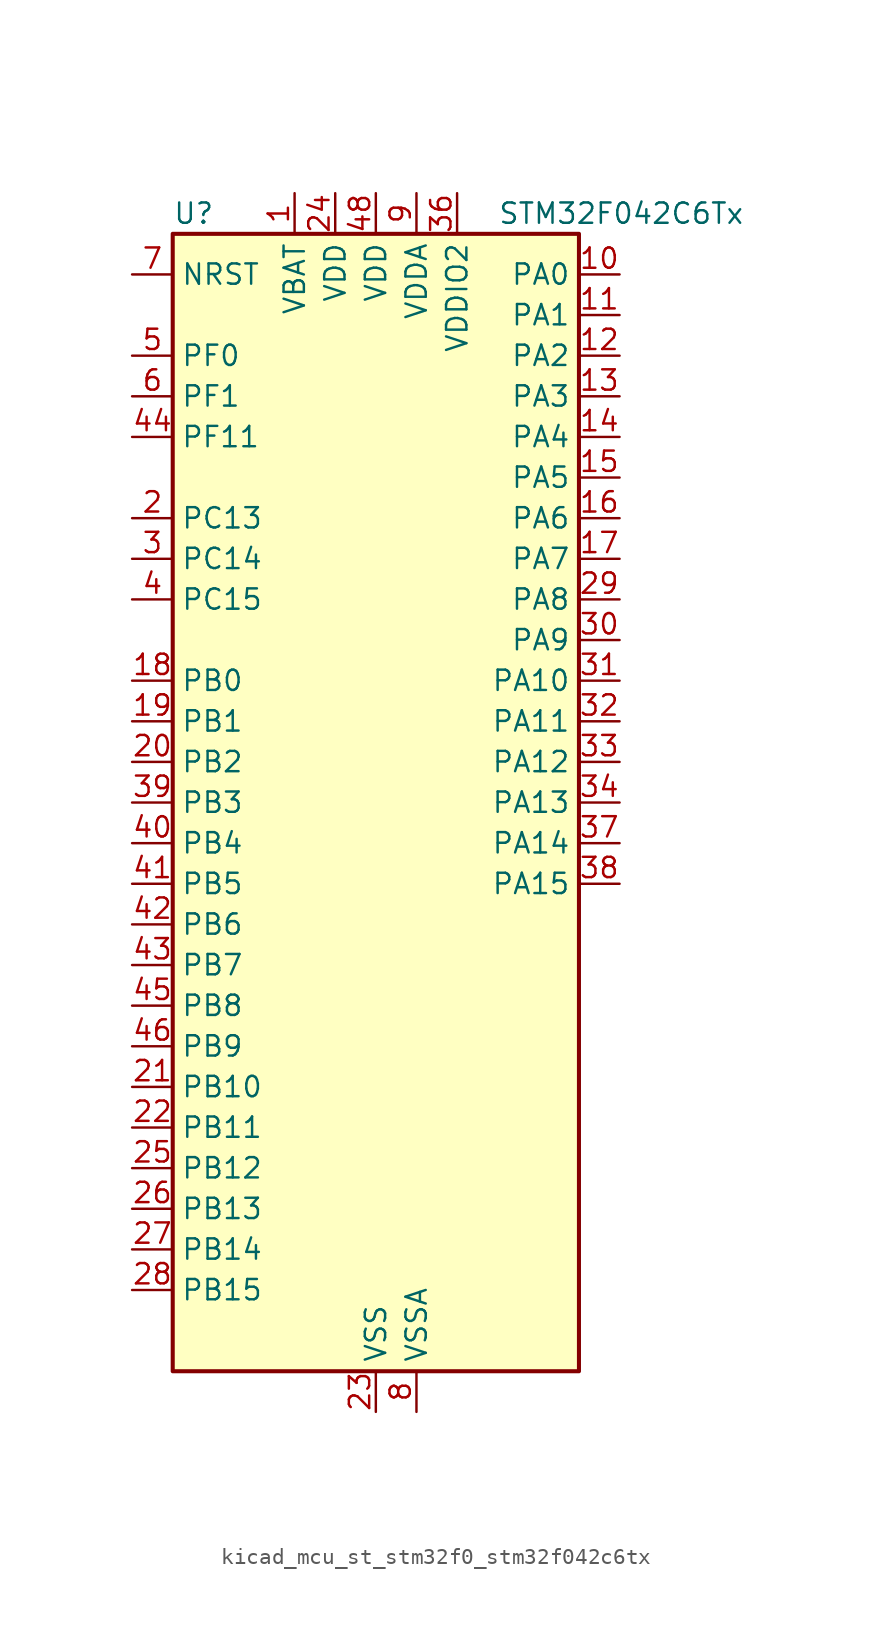
<source format=kicad_sym>
(kicad_symbol_lib
  (version 20220914)
  (generator kicad_symbol_editor)
  (symbol "kicad_mcu_st_stm32f0_stm32f042c6tx"
    (property "Reference" "U"
      (at -12.7 36.83 0)
      (effects (font (size 1.27 1.27)) (justify left)))
    (property "Value" "STM32F042C6Tx"
      (at 7.62 36.83 0)
      (effects (font (size 1.27 1.27)) (justify left)))
    (property "ki_locked" ""
      (at 0 0 0)
      (effects (font (size 1.27 1.27))))
    (symbol "kicad_mcu_st_stm32f0_stm32f042c6tx_0_1"
      (rectangle (start -12.7 -35.56) (end 12.7 35.56) (stroke (width 0.254) (type default)) (fill (type background))))
    (symbol "kicad_mcu_st_stm32f0_stm32f042c6tx_1_1"
      (pin power_in line (at -5.08 38.1 270) (length 2.54) (name "VBAT" (effects (font (size 1.27 1.27)))) (number "1" (effects (font (size 1.27 1.27)))))
      (pin bidirectional line (at 15.24 33.02 180) (length 2.54) (name "PA0" (effects (font (size 1.27 1.27)))) (number "10" (effects (font (size 1.27 1.27)))) (alternate "ADC_IN0" bidirectional line) (alternate "RTC_TAMP2" bidirectional line) (alternate "SYS_WKUP1" bidirectional line) (alternate "TIM2_CH1" bidirectional line) (alternate "TIM2_ETR" bidirectional line) (alternate "TSC_G1_IO1" bidirectional line) (alternate "USART2_CTS" bidirectional line))
      (pin bidirectional line (at 15.24 30.48 180) (length 2.54) (name "PA1" (effects (font (size 1.27 1.27)))) (number "11" (effects (font (size 1.27 1.27)))) (alternate "ADC_IN1" bidirectional line) (alternate "TIM2_CH2" bidirectional line) (alternate "TSC_G1_IO2" bidirectional line) (alternate "USART2_DE" bidirectional line) (alternate "USART2_RTS" bidirectional line))
      (pin bidirectional line (at 15.24 27.94 180) (length 2.54) (name "PA2" (effects (font (size 1.27 1.27)))) (number "12" (effects (font (size 1.27 1.27)))) (alternate "ADC_IN2" bidirectional line) (alternate "SYS_WKUP4" bidirectional line) (alternate "TIM2_CH3" bidirectional line) (alternate "TSC_G1_IO3" bidirectional line) (alternate "USART2_TX" bidirectional line))
      (pin bidirectional line (at 15.24 25.4 180) (length 2.54) (name "PA3" (effects (font (size 1.27 1.27)))) (number "13" (effects (font (size 1.27 1.27)))) (alternate "ADC_IN3" bidirectional line) (alternate "TIM2_CH4" bidirectional line) (alternate "TSC_G1_IO4" bidirectional line) (alternate "USART2_RX" bidirectional line))
      (pin bidirectional line (at 15.24 22.86 180) (length 2.54) (name "PA4" (effects (font (size 1.27 1.27)))) (number "14" (effects (font (size 1.27 1.27)))) (alternate "ADC_IN4" bidirectional line) (alternate "I2S1_WS" bidirectional line) (alternate "SPI1_NSS" bidirectional line) (alternate "TIM14_CH1" bidirectional line) (alternate "TSC_G2_IO1" bidirectional line) (alternate "USART2_CK" bidirectional line) (alternate "USB_NOE" bidirectional line))
      (pin bidirectional line (at 15.24 20.32 180) (length 2.54) (name "PA5" (effects (font (size 1.27 1.27)))) (number "15" (effects (font (size 1.27 1.27)))) (alternate "ADC_IN5" bidirectional line) (alternate "CEC" bidirectional line) (alternate "I2S1_CK" bidirectional line) (alternate "SPI1_SCK" bidirectional line) (alternate "TIM2_CH1" bidirectional line) (alternate "TIM2_ETR" bidirectional line) (alternate "TSC_G2_IO2" bidirectional line))
      (pin bidirectional line (at 15.24 17.78 180) (length 2.54) (name "PA6" (effects (font (size 1.27 1.27)))) (number "16" (effects (font (size 1.27 1.27)))) (alternate "ADC_IN6" bidirectional line) (alternate "I2S1_MCK" bidirectional line) (alternate "SPI1_MISO" bidirectional line) (alternate "TIM16_CH1" bidirectional line) (alternate "TIM1_BKIN" bidirectional line) (alternate "TIM3_CH1" bidirectional line) (alternate "TSC_G2_IO3" bidirectional line))
      (pin bidirectional line (at 15.24 15.24 180) (length 2.54) (name "PA7" (effects (font (size 1.27 1.27)))) (number "17" (effects (font (size 1.27 1.27)))) (alternate "ADC_IN7" bidirectional line) (alternate "I2S1_SD" bidirectional line) (alternate "SPI1_MOSI" bidirectional line) (alternate "TIM14_CH1" bidirectional line) (alternate "TIM17_CH1" bidirectional line) (alternate "TIM1_CH1N" bidirectional line) (alternate "TIM3_CH2" bidirectional line) (alternate "TSC_G2_IO4" bidirectional line))
      (pin bidirectional line (at -15.24 7.62 0) (length 2.54) (name "PB0" (effects (font (size 1.27 1.27)))) (number "18" (effects (font (size 1.27 1.27)))) (alternate "ADC_IN8" bidirectional line) (alternate "TIM1_CH2N" bidirectional line) (alternate "TIM3_CH3" bidirectional line) (alternate "TSC_G3_IO2" bidirectional line))
      (pin bidirectional line (at -15.24 5.08 0) (length 2.54) (name "PB1" (effects (font (size 1.27 1.27)))) (number "19" (effects (font (size 1.27 1.27)))) (alternate "ADC_IN9" bidirectional line) (alternate "TIM14_CH1" bidirectional line) (alternate "TIM1_CH3N" bidirectional line) (alternate "TIM3_CH4" bidirectional line) (alternate "TSC_G3_IO3" bidirectional line))
      (pin bidirectional line (at -15.24 17.78 0) (length 2.54) (name "PC13" (effects (font (size 1.27 1.27)))) (number "2" (effects (font (size 1.27 1.27)))) (alternate "RTC_OUT_ALARM" bidirectional line) (alternate "RTC_OUT_CALIB" bidirectional line) (alternate "RTC_TAMP1" bidirectional line) (alternate "RTC_TS" bidirectional line) (alternate "SYS_WKUP2" bidirectional line))
      (pin bidirectional line (at -15.24 2.54 0) (length 2.54) (name "PB2" (effects (font (size 1.27 1.27)))) (number "20" (effects (font (size 1.27 1.27)))) (alternate "TSC_G3_IO4" bidirectional line))
      (pin bidirectional line (at -15.24 -17.78 0) (length 2.54) (name "PB10" (effects (font (size 1.27 1.27)))) (number "21" (effects (font (size 1.27 1.27)))) (alternate "CEC" bidirectional line) (alternate "I2C1_SCL" bidirectional line) (alternate "SPI2_SCK" bidirectional line) (alternate "TIM2_CH3" bidirectional line) (alternate "TSC_SYNC" bidirectional line))
      (pin bidirectional line (at -15.24 -20.32 0) (length 2.54) (name "PB11" (effects (font (size 1.27 1.27)))) (number "22" (effects (font (size 1.27 1.27)))) (alternate "I2C1_SDA" bidirectional line) (alternate "TIM2_CH4" bidirectional line))
      (pin power_in line (at 0 -38.1 90) (length 2.54) (name "VSS" (effects (font (size 1.27 1.27)))) (number "23" (effects (font (size 1.27 1.27)))))
      (pin power_in line (at -2.54 38.1 270) (length 2.54) (name "VDD" (effects (font (size 1.27 1.27)))) (number "24" (effects (font (size 1.27 1.27)))))
      (pin bidirectional line (at -15.24 -22.86 0) (length 2.54) (name "PB12" (effects (font (size 1.27 1.27)))) (number "25" (effects (font (size 1.27 1.27)))) (alternate "SPI2_NSS" bidirectional line) (alternate "TIM1_BKIN" bidirectional line))
      (pin bidirectional line (at -15.24 -25.4 0) (length 2.54) (name "PB13" (effects (font (size 1.27 1.27)))) (number "26" (effects (font (size 1.27 1.27)))) (alternate "I2C1_SCL" bidirectional line) (alternate "SPI2_SCK" bidirectional line) (alternate "TIM1_CH1N" bidirectional line))
      (pin bidirectional line (at -15.24 -27.94 0) (length 2.54) (name "PB14" (effects (font (size 1.27 1.27)))) (number "27" (effects (font (size 1.27 1.27)))) (alternate "I2C1_SDA" bidirectional line) (alternate "SPI2_MISO" bidirectional line) (alternate "TIM1_CH2N" bidirectional line))
      (pin bidirectional line (at -15.24 -30.48 0) (length 2.54) (name "PB15" (effects (font (size 1.27 1.27)))) (number "28" (effects (font (size 1.27 1.27)))) (alternate "RTC_REFIN" bidirectional line) (alternate "SPI2_MOSI" bidirectional line) (alternate "SYS_WKUP7" bidirectional line) (alternate "TIM1_CH3N" bidirectional line))
      (pin bidirectional line (at 15.24 12.7 180) (length 2.54) (name "PA8" (effects (font (size 1.27 1.27)))) (number "29" (effects (font (size 1.27 1.27)))) (alternate "CRS_SYNC" bidirectional line) (alternate "RCC_MCO" bidirectional line) (alternate "TIM1_CH1" bidirectional line) (alternate "USART1_CK" bidirectional line))
      (pin bidirectional line (at -15.24 15.24 0) (length 2.54) (name "PC14" (effects (font (size 1.27 1.27)))) (number "3" (effects (font (size 1.27 1.27)))) (alternate "RCC_OSC32_IN" bidirectional line))
      (pin bidirectional line (at 15.24 10.16 180) (length 2.54) (name "PA9" (effects (font (size 1.27 1.27)))) (number "30" (effects (font (size 1.27 1.27)))) (alternate "I2C1_SCL" bidirectional line) (alternate "TIM1_CH2" bidirectional line) (alternate "TSC_G4_IO1" bidirectional line) (alternate "USART1_TX" bidirectional line))
      (pin bidirectional line (at 15.24 7.62 180) (length 2.54) (name "PA10" (effects (font (size 1.27 1.27)))) (number "31" (effects (font (size 1.27 1.27)))) (alternate "I2C1_SDA" bidirectional line) (alternate "TIM17_BKIN" bidirectional line) (alternate "TIM1_CH3" bidirectional line) (alternate "TSC_G4_IO2" bidirectional line) (alternate "USART1_RX" bidirectional line))
      (pin bidirectional line (at 15.24 5.08 180) (length 2.54) (name "PA11" (effects (font (size 1.27 1.27)))) (number "32" (effects (font (size 1.27 1.27)))) (alternate "CAN_RX" bidirectional line) (alternate "I2C1_SCL" bidirectional line) (alternate "TIM1_CH4" bidirectional line) (alternate "TSC_G4_IO3" bidirectional line) (alternate "USART1_CTS" bidirectional line) (alternate "USB_DM" bidirectional line))
      (pin bidirectional line (at 15.24 2.54 180) (length 2.54) (name "PA12" (effects (font (size 1.27 1.27)))) (number "33" (effects (font (size 1.27 1.27)))) (alternate "CAN_TX" bidirectional line) (alternate "I2C1_SDA" bidirectional line) (alternate "TIM1_ETR" bidirectional line) (alternate "TSC_G4_IO4" bidirectional line) (alternate "USART1_DE" bidirectional line) (alternate "USART1_RTS" bidirectional line) (alternate "USB_DP" bidirectional line))
      (pin bidirectional line (at 15.24 0 180) (length 2.54) (name "PA13" (effects (font (size 1.27 1.27)))) (number "34" (effects (font (size 1.27 1.27)))) (alternate "IR_OUT" bidirectional line) (alternate "SYS_SWDIO" bidirectional line) (alternate "USB_NOE" bidirectional line))
      (pin passive line (at 0 -38.1 90) (length 2.54) hide (name "VSS" (effects (font (size 1.27 1.27)))) (number "35" (effects (font (size 1.27 1.27)))))
      (pin power_in line (at 5.08 38.1 270) (length 2.54) (name "VDDIO2" (effects (font (size 1.27 1.27)))) (number "36" (effects (font (size 1.27 1.27)))))
      (pin bidirectional line (at 15.24 -2.54 180) (length 2.54) (name "PA14" (effects (font (size 1.27 1.27)))) (number "37" (effects (font (size 1.27 1.27)))) (alternate "SYS_SWCLK" bidirectional line) (alternate "USART2_TX" bidirectional line))
      (pin bidirectional line (at 15.24 -5.08 180) (length 2.54) (name "PA15" (effects (font (size 1.27 1.27)))) (number "38" (effects (font (size 1.27 1.27)))) (alternate "I2S1_WS" bidirectional line) (alternate "SPI1_NSS" bidirectional line) (alternate "TIM2_CH1" bidirectional line) (alternate "TIM2_ETR" bidirectional line) (alternate "USART2_RX" bidirectional line) (alternate "USB_NOE" bidirectional line))
      (pin bidirectional line (at -15.24 0 0) (length 2.54) (name "PB3" (effects (font (size 1.27 1.27)))) (number "39" (effects (font (size 1.27 1.27)))) (alternate "I2S1_CK" bidirectional line) (alternate "SPI1_SCK" bidirectional line) (alternate "TIM2_CH2" bidirectional line) (alternate "TSC_G5_IO1" bidirectional line))
      (pin bidirectional line (at -15.24 12.7 0) (length 2.54) (name "PC15" (effects (font (size 1.27 1.27)))) (number "4" (effects (font (size 1.27 1.27)))) (alternate "RCC_OSC32_OUT" bidirectional line))
      (pin bidirectional line (at -15.24 -2.54 0) (length 2.54) (name "PB4" (effects (font (size 1.27 1.27)))) (number "40" (effects (font (size 1.27 1.27)))) (alternate "I2S1_MCK" bidirectional line) (alternate "SPI1_MISO" bidirectional line) (alternate "TIM17_BKIN" bidirectional line) (alternate "TIM3_CH1" bidirectional line) (alternate "TSC_G5_IO2" bidirectional line))
      (pin bidirectional line (at -15.24 -5.08 0) (length 2.54) (name "PB5" (effects (font (size 1.27 1.27)))) (number "41" (effects (font (size 1.27 1.27)))) (alternate "I2C1_SMBA" bidirectional line) (alternate "I2S1_SD" bidirectional line) (alternate "SPI1_MOSI" bidirectional line) (alternate "SYS_WKUP6" bidirectional line) (alternate "TIM16_BKIN" bidirectional line) (alternate "TIM3_CH2" bidirectional line))
      (pin bidirectional line (at -15.24 -7.62 0) (length 2.54) (name "PB6" (effects (font (size 1.27 1.27)))) (number "42" (effects (font (size 1.27 1.27)))) (alternate "I2C1_SCL" bidirectional line) (alternate "TIM16_CH1N" bidirectional line) (alternate "TSC_G5_IO3" bidirectional line) (alternate "USART1_TX" bidirectional line))
      (pin bidirectional line (at -15.24 -10.16 0) (length 2.54) (name "PB7" (effects (font (size 1.27 1.27)))) (number "43" (effects (font (size 1.27 1.27)))) (alternate "I2C1_SDA" bidirectional line) (alternate "TIM17_CH1N" bidirectional line) (alternate "TSC_G5_IO4" bidirectional line) (alternate "USART1_RX" bidirectional line))
      (pin bidirectional line (at -15.24 22.86 0) (length 2.54) (name "PF11" (effects (font (size 1.27 1.27)))) (number "44" (effects (font (size 1.27 1.27)))))
      (pin bidirectional line (at -15.24 -12.7 0) (length 2.54) (name "PB8" (effects (font (size 1.27 1.27)))) (number "45" (effects (font (size 1.27 1.27)))) (alternate "CAN_RX" bidirectional line) (alternate "CEC" bidirectional line) (alternate "I2C1_SCL" bidirectional line) (alternate "TIM16_CH1" bidirectional line) (alternate "TSC_SYNC" bidirectional line))
      (pin bidirectional line (at -15.24 -15.24 0) (length 2.54) (name "PB9" (effects (font (size 1.27 1.27)))) (number "46" (effects (font (size 1.27 1.27)))) (alternate "CAN_TX" bidirectional line) (alternate "I2C1_SDA" bidirectional line) (alternate "IR_OUT" bidirectional line) (alternate "SPI2_NSS" bidirectional line) (alternate "TIM17_CH1" bidirectional line))
      (pin passive line (at 0 -38.1 90) (length 2.54) hide (name "VSS" (effects (font (size 1.27 1.27)))) (number "47" (effects (font (size 1.27 1.27)))))
      (pin power_in line (at 0 38.1 270) (length 2.54) (name "VDD" (effects (font (size 1.27 1.27)))) (number "48" (effects (font (size 1.27 1.27)))))
      (pin bidirectional line (at -15.24 27.94 0) (length 2.54) (name "PF0" (effects (font (size 1.27 1.27)))) (number "5" (effects (font (size 1.27 1.27)))) (alternate "CRS_SYNC" bidirectional line) (alternate "I2C1_SDA" bidirectional line) (alternate "RCC_OSC_IN" bidirectional line))
      (pin bidirectional line (at -15.24 25.4 0) (length 2.54) (name "PF1" (effects (font (size 1.27 1.27)))) (number "6" (effects (font (size 1.27 1.27)))) (alternate "I2C1_SCL" bidirectional line) (alternate "RCC_OSC_OUT" bidirectional line))
      (pin input line (at -15.24 33.02 0) (length 2.54) (name "NRST" (effects (font (size 1.27 1.27)))) (number "7" (effects (font (size 1.27 1.27)))))
      (pin power_in line (at 2.54 -38.1 90) (length 2.54) (name "VSSA" (effects (font (size 1.27 1.27)))) (number "8" (effects (font (size 1.27 1.27)))))
      (pin power_in line (at 2.54 38.1 270) (length 2.54) (name "VDDA" (effects (font (size 1.27 1.27)))) (number "9" (effects (font (size 1.27 1.27))))))))
</source>
